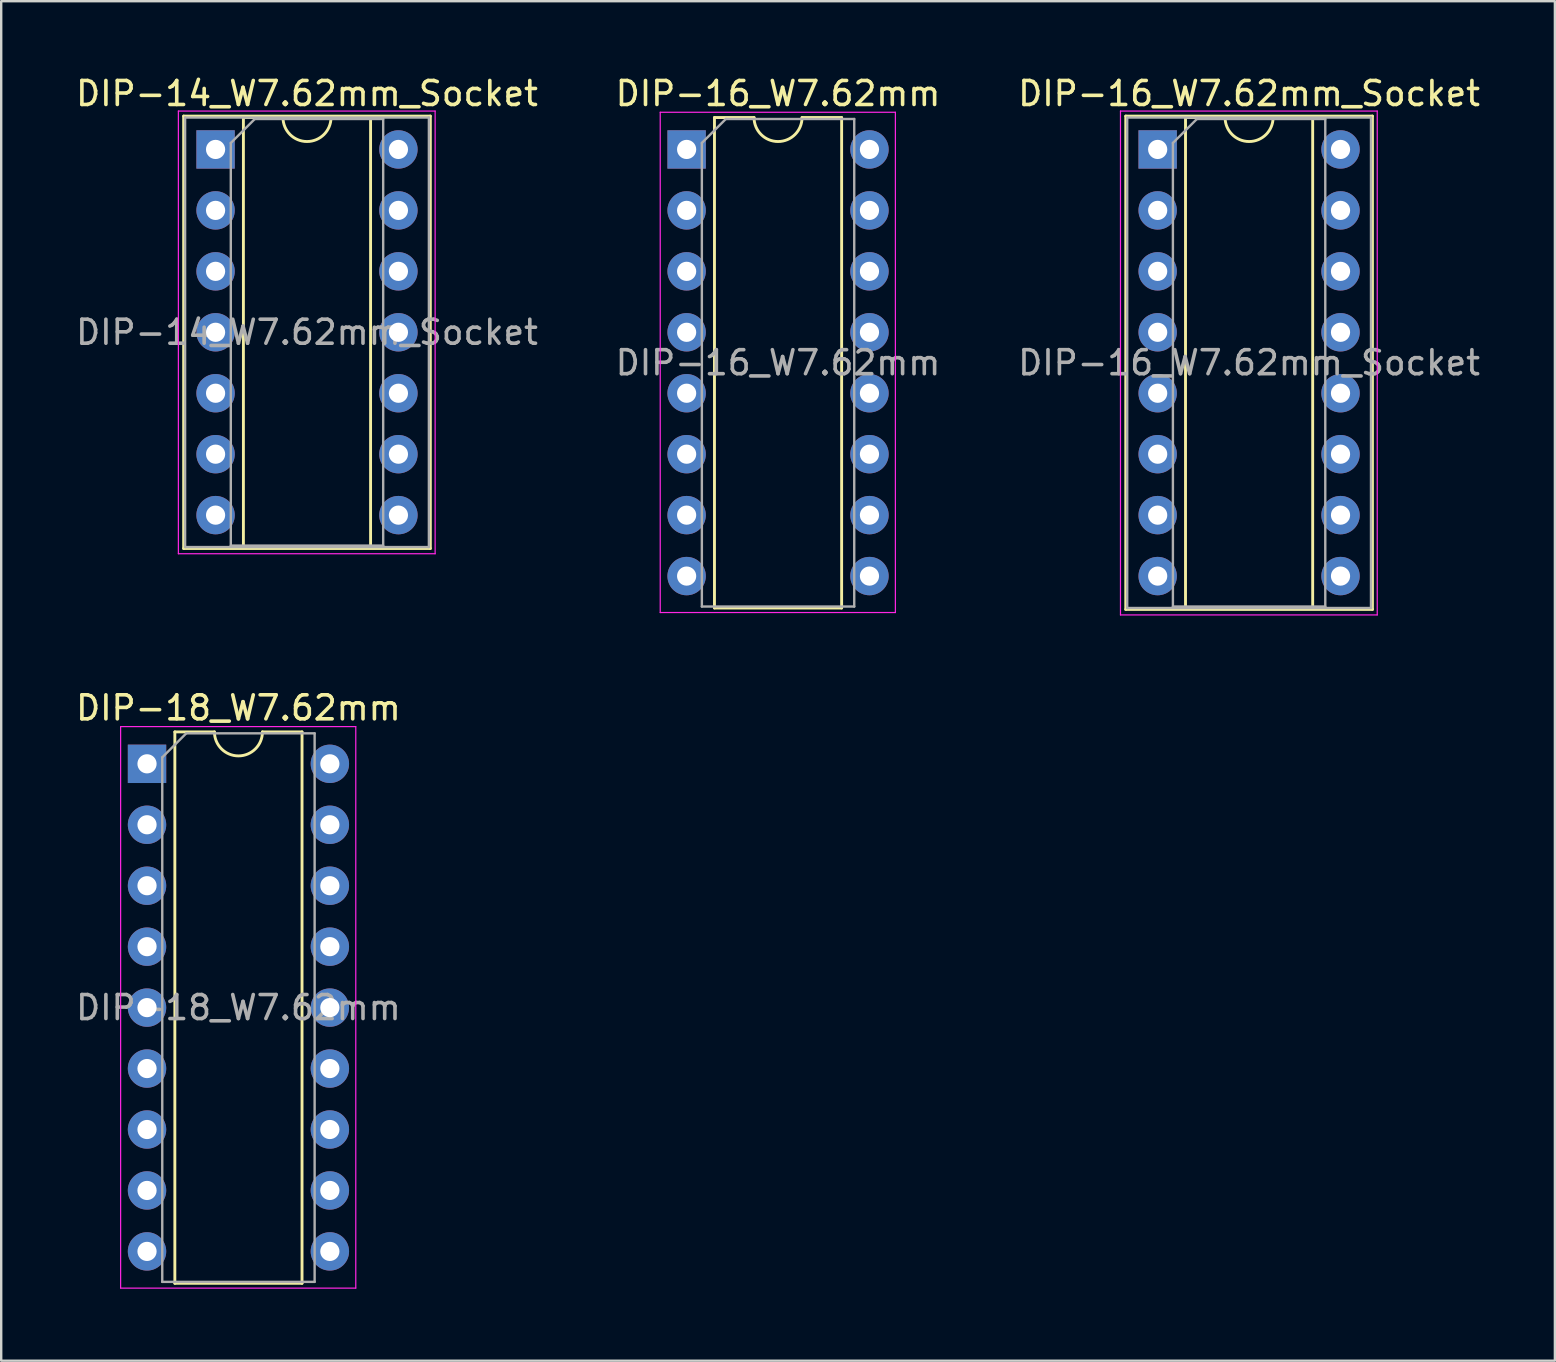
<source format=kicad_pcb>
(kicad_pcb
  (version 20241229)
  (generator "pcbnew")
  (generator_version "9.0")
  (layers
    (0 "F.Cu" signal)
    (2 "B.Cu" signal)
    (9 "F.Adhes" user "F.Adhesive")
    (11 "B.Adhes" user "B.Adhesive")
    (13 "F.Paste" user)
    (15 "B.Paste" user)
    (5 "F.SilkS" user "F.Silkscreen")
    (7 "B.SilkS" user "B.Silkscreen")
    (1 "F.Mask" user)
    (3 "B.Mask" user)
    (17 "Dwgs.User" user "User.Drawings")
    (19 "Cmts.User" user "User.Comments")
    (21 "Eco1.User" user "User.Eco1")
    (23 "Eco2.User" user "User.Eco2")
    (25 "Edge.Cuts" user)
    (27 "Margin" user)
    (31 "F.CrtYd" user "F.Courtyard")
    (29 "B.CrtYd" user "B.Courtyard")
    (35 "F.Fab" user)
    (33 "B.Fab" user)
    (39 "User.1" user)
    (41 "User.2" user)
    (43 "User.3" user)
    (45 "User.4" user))
  (footprint "DIP-16_W7.62mm_Socket"
    (layer "F.Cu")
    (at 45.196 3.178)
    (property "Reference" "DIP-16_W7.62mm_Socket" (at 3.81 -2.33 0) (layer "F.SilkS") (effects (font (size 1 1) (thickness 0.15))))
    (attr through_hole)
    (fp_line (start -1.33 -1.39) (end -1.33 19.17) (stroke (width 0.12) (type solid)) (layer "F.SilkS"))
    (fp_line (start -1.33 19.17) (end 8.95 19.17) (stroke (width 0.12) (type solid)) (layer "F.SilkS"))
    (fp_line (start 1.16 -1.33) (end 1.16 19.11) (stroke (width 0.12) (type solid)) (layer "F.SilkS"))
    (fp_line (start 1.16 19.11) (end 6.46 19.11) (stroke (width 0.12) (type solid)) (layer "F.SilkS"))
    (fp_line (start 2.81 -1.33) (end 1.16 -1.33) (stroke (width 0.12) (type solid)) (layer "F.SilkS"))
    (fp_line (start 6.46 -1.33) (end 4.81 -1.33) (stroke (width 0.12) (type solid)) (layer "F.SilkS"))
    (fp_line (start 6.46 19.11) (end 6.46 -1.33) (stroke (width 0.12) (type solid)) (layer "F.SilkS"))
    (fp_line (start 8.95 -1.39) (end -1.33 -1.39) (stroke (width 0.12) (type solid)) (layer "F.SilkS"))
    (fp_line (start 8.95 19.17) (end 8.95 -1.39) (stroke (width 0.12) (type solid)) (layer "F.SilkS"))
    (fp_arc (start 4.81 -1.33) (mid 3.81 -0.33) (end 2.81 -1.33) (stroke (width 0.12) (type solid)) (layer "F.SilkS"))
    (fp_line (start -1.55 -1.6) (end -1.55 19.4) (stroke (width 0.05) (type solid)) (layer "F.CrtYd"))
    (fp_line (start -1.55 19.4) (end 9.15 19.4) (stroke (width 0.05) (type solid)) (layer "F.CrtYd"))
    (fp_line (start 9.15 -1.6) (end -1.55 -1.6) (stroke (width 0.05) (type solid)) (layer "F.CrtYd"))
    (fp_line (start 9.15 19.4) (end 9.15 -1.6) (stroke (width 0.05) (type solid)) (layer "F.CrtYd"))
    (fp_line (start -1.27 -1.33) (end -1.27 19.11) (stroke (width 0.1) (type solid)) (layer "F.Fab"))
    (fp_line (start -1.27 19.11) (end 8.89 19.11) (stroke (width 0.1) (type solid)) (layer "F.Fab"))
    (fp_line (start 0.635 -0.27) (end 1.635 -1.27) (stroke (width 0.1) (type solid)) (layer "F.Fab"))
    (fp_line (start 0.635 19.05) (end 0.635 -0.27) (stroke (width 0.1) (type solid)) (layer "F.Fab"))
    (fp_line (start 1.635 -1.27) (end 6.985 -1.27) (stroke (width 0.1) (type solid)) (layer "F.Fab"))
    (fp_line (start 6.985 -1.27) (end 6.985 19.05) (stroke (width 0.1) (type solid)) (layer "F.Fab"))
    (fp_line (start 6.985 19.05) (end 0.635 19.05) (stroke (width 0.1) (type solid)) (layer "F.Fab"))
    (fp_line (start 8.89 -1.33) (end -1.27 -1.33) (stroke (width 0.1) (type solid)) (layer "F.Fab"))
    (fp_line (start 8.89 19.11) (end 8.89 -1.33) (stroke (width 0.1) (type solid)) (layer "F.Fab"))
    (fp_text user "${REFERENCE}" (at 3.81 8.89 0) (layer "F.Fab") (effects (font (size 1 1) (thickness 0.15))))
    (pad "1" thru_hole rect (at 0 0) (size 1.6 1.6) (drill 0.8) (layers "*.Cu" "*.Mask"))
    (pad "2" thru_hole oval (at 0 2.54) (size 1.6 1.6) (drill 0.8) (layers "*.Cu" "*.Mask"))
    (pad "3" thru_hole oval (at 0 5.08) (size 1.6 1.6) (drill 0.8) (layers "*.Cu" "*.Mask"))
    (pad "4" thru_hole oval (at 0 7.62) (size 1.6 1.6) (drill 0.8) (layers "*.Cu" "*.Mask"))
    (pad "5" thru_hole oval (at 0 10.16) (size 1.6 1.6) (drill 0.8) (layers "*.Cu" "*.Mask"))
    (pad "6" thru_hole oval (at 0 12.7) (size 1.6 1.6) (drill 0.8) (layers "*.Cu" "*.Mask"))
    (pad "7" thru_hole oval (at 0 15.24) (size 1.6 1.6) (drill 0.8) (layers "*.Cu" "*.Mask"))
    (pad "8" thru_hole oval (at 0 17.78) (size 1.6 1.6) (drill 0.8) (layers "*.Cu" "*.Mask"))
    (pad "9" thru_hole oval (at 7.62 17.78) (size 1.6 1.6) (drill 0.8) (layers "*.Cu" "*.Mask"))
    (pad "10" thru_hole oval (at 7.62 15.24) (size 1.6 1.6) (drill 0.8) (layers "*.Cu" "*.Mask"))
    (pad "11" thru_hole oval (at 7.62 12.7) (size 1.6 1.6) (drill 0.8) (layers "*.Cu" "*.Mask"))
    (pad "12" thru_hole oval (at 7.62 10.16) (size 1.6 1.6) (drill 0.8) (layers "*.Cu" "*.Mask"))
    (pad "13" thru_hole oval (at 7.62 7.62) (size 1.6 1.6) (drill 0.8) (layers "*.Cu" "*.Mask"))
    (pad "14" thru_hole oval (at 7.62 5.08) (size 1.6 1.6) (drill 0.8) (layers "*.Cu" "*.Mask"))
    (pad "15" thru_hole oval (at 7.62 2.54) (size 1.6 1.6) (drill 0.8) (layers "*.Cu" "*.Mask"))
    (pad "16" thru_hole oval (at 7.62 0) (size 1.6 1.6) (drill 0.8) (layers "*.Cu" "*.Mask")))
  (footprint "DIP-16_W7.62mm"
    (layer "F.Cu")
    (at 25.565 3.178)
    (property "Reference" "DIP-16_W7.62mm" (at 3.81 -2.33 0) (layer "F.SilkS") (effects (font (size 1 1) (thickness 0.15))))
    (attr through_hole)
    (fp_line (start 1.16 -1.33) (end 1.16 19.11) (stroke (width 0.12) (type solid)) (layer "F.SilkS"))
    (fp_line (start 1.16 19.11) (end 6.46 19.11) (stroke (width 0.12) (type solid)) (layer "F.SilkS"))
    (fp_line (start 2.81 -1.33) (end 1.16 -1.33) (stroke (width 0.12) (type solid)) (layer "F.SilkS"))
    (fp_line (start 6.46 -1.33) (end 4.81 -1.33) (stroke (width 0.12) (type solid)) (layer "F.SilkS"))
    (fp_line (start 6.46 19.11) (end 6.46 -1.33) (stroke (width 0.12) (type solid)) (layer "F.SilkS"))
    (fp_arc (start 4.81 -1.33) (mid 3.81 -0.33) (end 2.81 -1.33) (stroke (width 0.12) (type solid)) (layer "F.SilkS"))
    (fp_line (start -1.1 -1.55) (end -1.1 19.3) (stroke (width 0.05) (type solid)) (layer "F.CrtYd"))
    (fp_line (start -1.1 19.3) (end 8.7 19.3) (stroke (width 0.05) (type solid)) (layer "F.CrtYd"))
    (fp_line (start 8.7 -1.55) (end -1.1 -1.55) (stroke (width 0.05) (type solid)) (layer "F.CrtYd"))
    (fp_line (start 8.7 19.3) (end 8.7 -1.55) (stroke (width 0.05) (type solid)) (layer "F.CrtYd"))
    (fp_line (start 0.635 -0.27) (end 1.635 -1.27) (stroke (width 0.1) (type solid)) (layer "F.Fab"))
    (fp_line (start 0.635 19.05) (end 0.635 -0.27) (stroke (width 0.1) (type solid)) (layer "F.Fab"))
    (fp_line (start 1.635 -1.27) (end 6.985 -1.27) (stroke (width 0.1) (type solid)) (layer "F.Fab"))
    (fp_line (start 6.985 -1.27) (end 6.985 19.05) (stroke (width 0.1) (type solid)) (layer "F.Fab"))
    (fp_line (start 6.985 19.05) (end 0.635 19.05) (stroke (width 0.1) (type solid)) (layer "F.Fab"))
    (fp_text user "${REFERENCE}" (at 3.81 8.89 0) (layer "F.Fab") (effects (font (size 1 1) (thickness 0.15))))
    (pad "1" thru_hole rect (at 0 0) (size 1.6 1.6) (drill 0.8) (layers "*.Cu" "*.Mask"))
    (pad "2" thru_hole oval (at 0 2.54) (size 1.6 1.6) (drill 0.8) (layers "*.Cu" "*.Mask"))
    (pad "3" thru_hole oval (at 0 5.08) (size 1.6 1.6) (drill 0.8) (layers "*.Cu" "*.Mask"))
    (pad "4" thru_hole oval (at 0 7.62) (size 1.6 1.6) (drill 0.8) (layers "*.Cu" "*.Mask"))
    (pad "5" thru_hole oval (at 0 10.16) (size 1.6 1.6) (drill 0.8) (layers "*.Cu" "*.Mask"))
    (pad "6" thru_hole oval (at 0 12.7) (size 1.6 1.6) (drill 0.8) (layers "*.Cu" "*.Mask"))
    (pad "7" thru_hole oval (at 0 15.24) (size 1.6 1.6) (drill 0.8) (layers "*.Cu" "*.Mask"))
    (pad "8" thru_hole oval (at 0 17.78) (size 1.6 1.6) (drill 0.8) (layers "*.Cu" "*.Mask"))
    (pad "9" thru_hole oval (at 7.62 17.78) (size 1.6 1.6) (drill 0.8) (layers "*.Cu" "*.Mask"))
    (pad "10" thru_hole oval (at 7.62 15.24) (size 1.6 1.6) (drill 0.8) (layers "*.Cu" "*.Mask"))
    (pad "11" thru_hole oval (at 7.62 12.7) (size 1.6 1.6) (drill 0.8) (layers "*.Cu" "*.Mask"))
    (pad "12" thru_hole oval (at 7.62 10.16) (size 1.6 1.6) (drill 0.8) (layers "*.Cu" "*.Mask"))
    (pad "13" thru_hole oval (at 7.62 7.62) (size 1.6 1.6) (drill 0.8) (layers "*.Cu" "*.Mask"))
    (pad "14" thru_hole oval (at 7.62 5.08) (size 1.6 1.6) (drill 0.8) (layers "*.Cu" "*.Mask"))
    (pad "15" thru_hole oval (at 7.62 2.54) (size 1.6 1.6) (drill 0.8) (layers "*.Cu" "*.Mask"))
    (pad "16" thru_hole oval (at 7.62 0) (size 1.6 1.6) (drill 0.8) (layers "*.Cu" "*.Mask")))
  (footprint "DIP-18_W7.62mm"
    (layer "F.Cu")
    (at 3.077 28.782)
    (property "Reference" "DIP-18_W7.62mm" (at 3.81 -2.33 0) (layer "F.SilkS") (effects (font (size 1 1) (thickness 0.15))))
    (attr through_hole)
    (fp_line (start 1.16 -1.33) (end 1.16 21.65) (stroke (width 0.12) (type solid)) (layer "F.SilkS"))
    (fp_line (start 1.16 21.65) (end 6.46 21.65) (stroke (width 0.12) (type solid)) (layer "F.SilkS"))
    (fp_line (start 2.81 -1.33) (end 1.16 -1.33) (stroke (width 0.12) (type solid)) (layer "F.SilkS"))
    (fp_line (start 6.46 -1.33) (end 4.81 -1.33) (stroke (width 0.12) (type solid)) (layer "F.SilkS"))
    (fp_line (start 6.46 21.65) (end 6.46 -1.33) (stroke (width 0.12) (type solid)) (layer "F.SilkS"))
    (fp_arc (start 4.81 -1.33) (mid 3.81 -0.33) (end 2.81 -1.33) (stroke (width 0.12) (type solid)) (layer "F.SilkS"))
    (fp_line (start -1.1 -1.55) (end -1.1 21.85) (stroke (width 0.05) (type solid)) (layer "F.CrtYd"))
    (fp_line (start -1.1 21.85) (end 8.7 21.85) (stroke (width 0.05) (type solid)) (layer "F.CrtYd"))
    (fp_line (start 8.7 -1.55) (end -1.1 -1.55) (stroke (width 0.05) (type solid)) (layer "F.CrtYd"))
    (fp_line (start 8.7 21.85) (end 8.7 -1.55) (stroke (width 0.05) (type solid)) (layer "F.CrtYd"))
    (fp_line (start 0.635 -0.27) (end 1.635 -1.27) (stroke (width 0.1) (type solid)) (layer "F.Fab"))
    (fp_line (start 0.635 21.59) (end 0.635 -0.27) (stroke (width 0.1) (type solid)) (layer "F.Fab"))
    (fp_line (start 1.635 -1.27) (end 6.985 -1.27) (stroke (width 0.1) (type solid)) (layer "F.Fab"))
    (fp_line (start 6.985 -1.27) (end 6.985 21.59) (stroke (width 0.1) (type solid)) (layer "F.Fab"))
    (fp_line (start 6.985 21.59) (end 0.635 21.59) (stroke (width 0.1) (type solid)) (layer "F.Fab"))
    (fp_text user "${REFERENCE}" (at 3.81 10.16 0) (layer "F.Fab") (effects (font (size 1 1) (thickness 0.15))))
    (pad "1" thru_hole rect (at 0 0) (size 1.6 1.6) (drill 0.8) (layers "*.Cu" "*.Mask"))
    (pad "2" thru_hole oval (at 0 2.54) (size 1.6 1.6) (drill 0.8) (layers "*.Cu" "*.Mask"))
    (pad "3" thru_hole oval (at 0 5.08) (size 1.6 1.6) (drill 0.8) (layers "*.Cu" "*.Mask"))
    (pad "4" thru_hole oval (at 0 7.62) (size 1.6 1.6) (drill 0.8) (layers "*.Cu" "*.Mask"))
    (pad "5" thru_hole oval (at 0 10.16) (size 1.6 1.6) (drill 0.8) (layers "*.Cu" "*.Mask"))
    (pad "6" thru_hole oval (at 0 12.7) (size 1.6 1.6) (drill 0.8) (layers "*.Cu" "*.Mask"))
    (pad "7" thru_hole oval (at 0 15.24) (size 1.6 1.6) (drill 0.8) (layers "*.Cu" "*.Mask"))
    (pad "8" thru_hole oval (at 0 17.78) (size 1.6 1.6) (drill 0.8) (layers "*.Cu" "*.Mask"))
    (pad "9" thru_hole oval (at 0 20.32) (size 1.6 1.6) (drill 0.8) (layers "*.Cu" "*.Mask"))
    (pad "10" thru_hole oval (at 7.62 20.32) (size 1.6 1.6) (drill 0.8) (layers "*.Cu" "*.Mask"))
    (pad "11" thru_hole oval (at 7.62 17.78) (size 1.6 1.6) (drill 0.8) (layers "*.Cu" "*.Mask"))
    (pad "12" thru_hole oval (at 7.62 15.24) (size 1.6 1.6) (drill 0.8) (layers "*.Cu" "*.Mask"))
    (pad "13" thru_hole oval (at 7.62 12.7) (size 1.6 1.6) (drill 0.8) (layers "*.Cu" "*.Mask"))
    (pad "14" thru_hole oval (at 7.62 10.16) (size 1.6 1.6) (drill 0.8) (layers "*.Cu" "*.Mask"))
    (pad "15" thru_hole oval (at 7.62 7.62) (size 1.6 1.6) (drill 0.8) (layers "*.Cu" "*.Mask"))
    (pad "16" thru_hole oval (at 7.62 5.08) (size 1.6 1.6) (drill 0.8) (layers "*.Cu" "*.Mask"))
    (pad "17" thru_hole oval (at 7.62 2.54) (size 1.6 1.6) (drill 0.8) (layers "*.Cu" "*.Mask"))
    (pad "18" thru_hole oval (at 7.62 0) (size 1.6 1.6) (drill 0.8) (layers "*.Cu" "*.Mask")))
  (footprint "DIP-14_W7.62mm_Socket"
    (layer "F.Cu")
    (at 5.934 3.178)
    (property "Reference" "DIP-14_W7.62mm_Socket" (at 3.81 -2.33 0) (layer "F.SilkS") (effects (font (size 1 1) (thickness 0.15))))
    (attr through_hole)
    (fp_line (start -1.33 -1.39) (end -1.33 16.63) (stroke (width 0.12) (type solid)) (layer "F.SilkS"))
    (fp_line (start -1.33 16.63) (end 8.95 16.63) (stroke (width 0.12) (type solid)) (layer "F.SilkS"))
    (fp_line (start 1.16 -1.33) (end 1.16 16.57) (stroke (width 0.12) (type solid)) (layer "F.SilkS"))
    (fp_line (start 1.16 16.57) (end 6.46 16.57) (stroke (width 0.12) (type solid)) (layer "F.SilkS"))
    (fp_line (start 2.81 -1.33) (end 1.16 -1.33) (stroke (width 0.12) (type solid)) (layer "F.SilkS"))
    (fp_line (start 6.46 -1.33) (end 4.81 -1.33) (stroke (width 0.12) (type solid)) (layer "F.SilkS"))
    (fp_line (start 6.46 16.57) (end 6.46 -1.33) (stroke (width 0.12) (type solid)) (layer "F.SilkS"))
    (fp_line (start 8.95 -1.39) (end -1.33 -1.39) (stroke (width 0.12) (type solid)) (layer "F.SilkS"))
    (fp_line (start 8.95 16.63) (end 8.95 -1.39) (stroke (width 0.12) (type solid)) (layer "F.SilkS"))
    (fp_arc (start 4.81 -1.33) (mid 3.81 -0.33) (end 2.81 -1.33) (stroke (width 0.12) (type solid)) (layer "F.SilkS"))
    (fp_line (start -1.55 -1.6) (end -1.55 16.85) (stroke (width 0.05) (type solid)) (layer "F.CrtYd"))
    (fp_line (start -1.55 16.85) (end 9.15 16.85) (stroke (width 0.05) (type solid)) (layer "F.CrtYd"))
    (fp_line (start 9.15 -1.6) (end -1.55 -1.6) (stroke (width 0.05) (type solid)) (layer "F.CrtYd"))
    (fp_line (start 9.15 16.85) (end 9.15 -1.6) (stroke (width 0.05) (type solid)) (layer "F.CrtYd"))
    (fp_line (start -1.27 -1.33) (end -1.27 16.57) (stroke (width 0.1) (type solid)) (layer "F.Fab"))
    (fp_line (start -1.27 16.57) (end 8.89 16.57) (stroke (width 0.1) (type solid)) (layer "F.Fab"))
    (fp_line (start 0.635 -0.27) (end 1.635 -1.27) (stroke (width 0.1) (type solid)) (layer "F.Fab"))
    (fp_line (start 0.635 16.51) (end 0.635 -0.27) (stroke (width 0.1) (type solid)) (layer "F.Fab"))
    (fp_line (start 1.635 -1.27) (end 6.985 -1.27) (stroke (width 0.1) (type solid)) (layer "F.Fab"))
    (fp_line (start 6.985 -1.27) (end 6.985 16.51) (stroke (width 0.1) (type solid)) (layer "F.Fab"))
    (fp_line (start 6.985 16.51) (end 0.635 16.51) (stroke (width 0.1) (type solid)) (layer "F.Fab"))
    (fp_line (start 8.89 -1.33) (end -1.27 -1.33) (stroke (width 0.1) (type solid)) (layer "F.Fab"))
    (fp_line (start 8.89 16.57) (end 8.89 -1.33) (stroke (width 0.1) (type solid)) (layer "F.Fab"))
    (fp_text user "${REFERENCE}" (at 3.81 7.62 0) (layer "F.Fab") (effects (font (size 1 1) (thickness 0.15))))
    (pad "1" thru_hole rect (at 0 0) (size 1.6 1.6) (drill 0.8) (layers "*.Cu" "*.Mask"))
    (pad "2" thru_hole oval (at 0 2.54) (size 1.6 1.6) (drill 0.8) (layers "*.Cu" "*.Mask"))
    (pad "3" thru_hole oval (at 0 5.08) (size 1.6 1.6) (drill 0.8) (layers "*.Cu" "*.Mask"))
    (pad "4" thru_hole oval (at 0 7.62) (size 1.6 1.6) (drill 0.8) (layers "*.Cu" "*.Mask"))
    (pad "5" thru_hole oval (at 0 10.16) (size 1.6 1.6) (drill 0.8) (layers "*.Cu" "*.Mask"))
    (pad "6" thru_hole oval (at 0 12.7) (size 1.6 1.6) (drill 0.8) (layers "*.Cu" "*.Mask"))
    (pad "7" thru_hole oval (at 0 15.24) (size 1.6 1.6) (drill 0.8) (layers "*.Cu" "*.Mask"))
    (pad "8" thru_hole oval (at 7.62 15.24) (size 1.6 1.6) (drill 0.8) (layers "*.Cu" "*.Mask"))
    (pad "9" thru_hole oval (at 7.62 12.7) (size 1.6 1.6) (drill 0.8) (layers "*.Cu" "*.Mask"))
    (pad "10" thru_hole oval (at 7.62 10.16) (size 1.6 1.6) (drill 0.8) (layers "*.Cu" "*.Mask"))
    (pad "11" thru_hole oval (at 7.62 7.62) (size 1.6 1.6) (drill 0.8) (layers "*.Cu" "*.Mask"))
    (pad "12" thru_hole oval (at 7.62 5.08) (size 1.6 1.6) (drill 0.8) (layers "*.Cu" "*.Mask"))
    (pad "13" thru_hole oval (at 7.62 2.54) (size 1.6 1.6) (drill 0.8) (layers "*.Cu" "*.Mask"))
    (pad "14" thru_hole oval (at 7.62 0) (size 1.6 1.6) (drill 0.8) (layers "*.Cu" "*.Mask")))
  (gr_rect
    (start -3 -3)
    (end 61.75 53.657)
    (stroke (width 0.1) (type default))
    (fill no)
    (layer "Edge.Cuts")))
</source>
